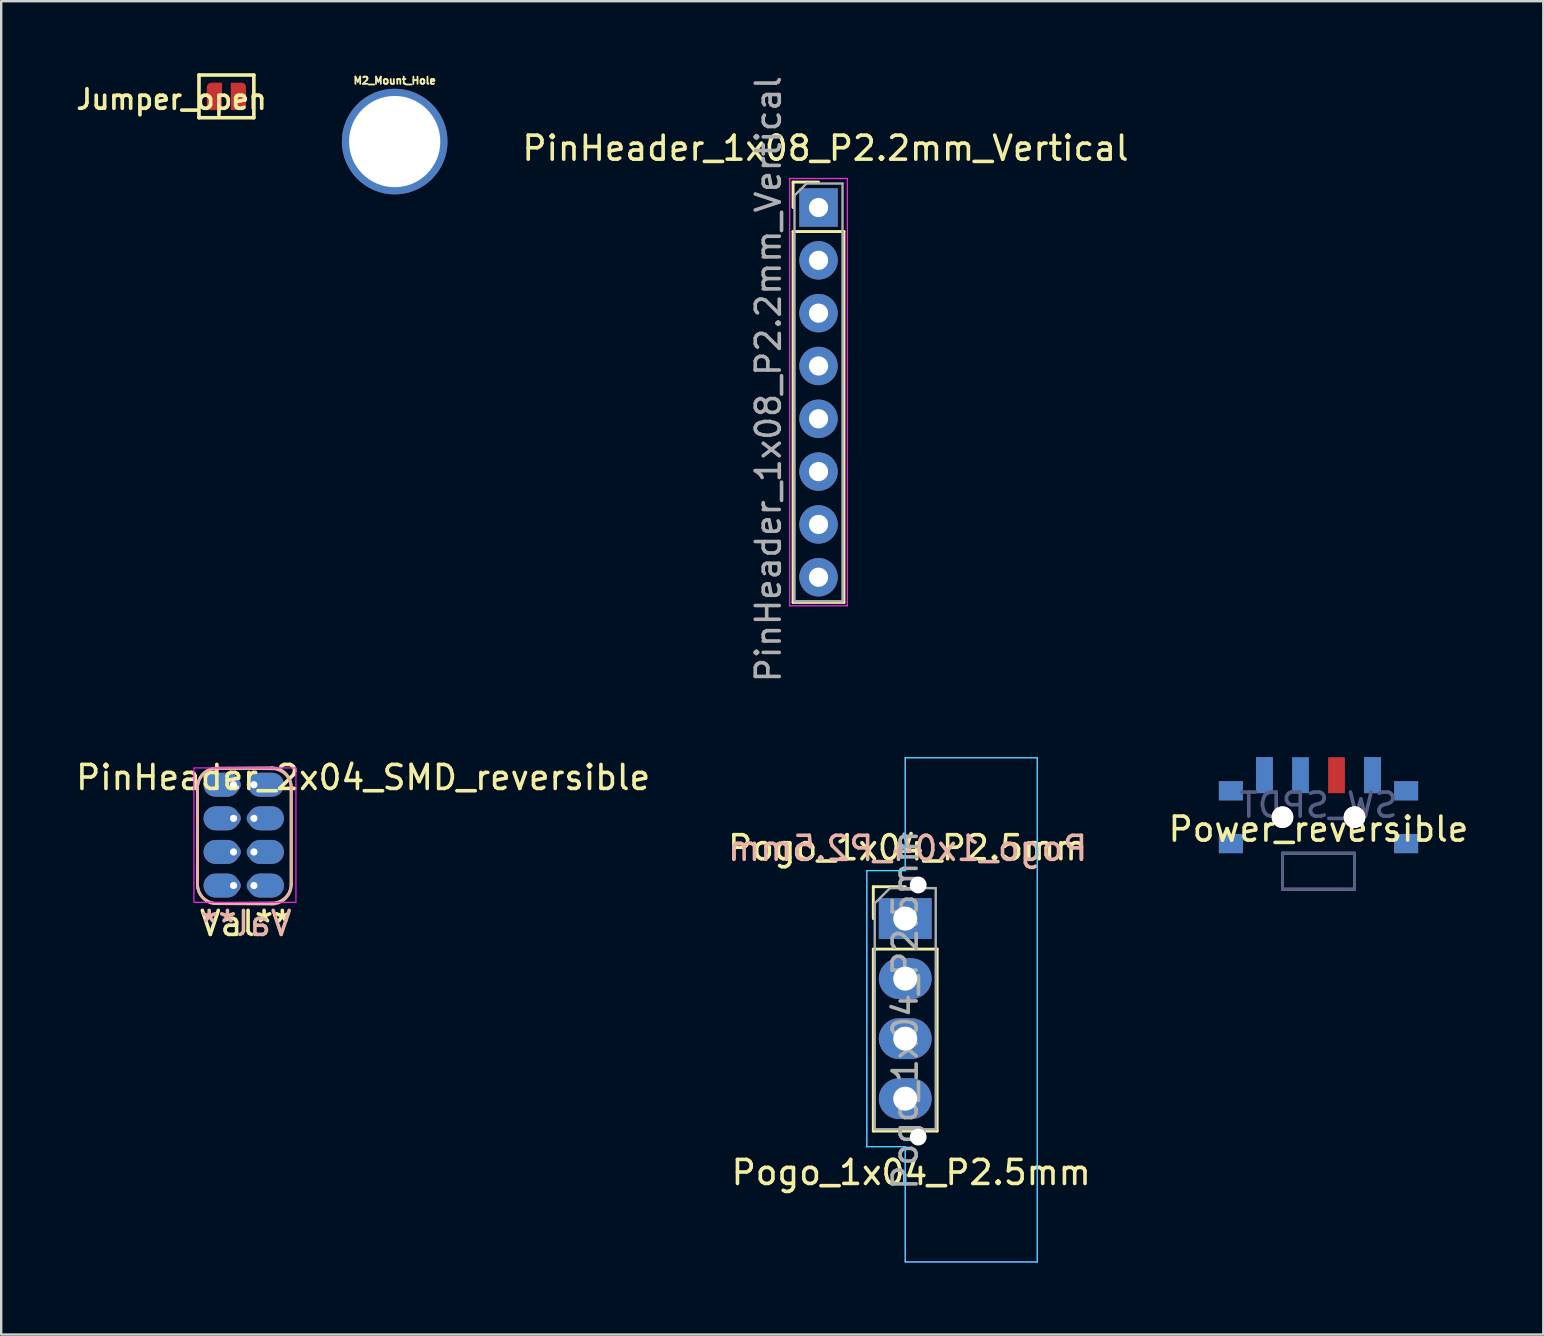
<source format=kicad_pcb>
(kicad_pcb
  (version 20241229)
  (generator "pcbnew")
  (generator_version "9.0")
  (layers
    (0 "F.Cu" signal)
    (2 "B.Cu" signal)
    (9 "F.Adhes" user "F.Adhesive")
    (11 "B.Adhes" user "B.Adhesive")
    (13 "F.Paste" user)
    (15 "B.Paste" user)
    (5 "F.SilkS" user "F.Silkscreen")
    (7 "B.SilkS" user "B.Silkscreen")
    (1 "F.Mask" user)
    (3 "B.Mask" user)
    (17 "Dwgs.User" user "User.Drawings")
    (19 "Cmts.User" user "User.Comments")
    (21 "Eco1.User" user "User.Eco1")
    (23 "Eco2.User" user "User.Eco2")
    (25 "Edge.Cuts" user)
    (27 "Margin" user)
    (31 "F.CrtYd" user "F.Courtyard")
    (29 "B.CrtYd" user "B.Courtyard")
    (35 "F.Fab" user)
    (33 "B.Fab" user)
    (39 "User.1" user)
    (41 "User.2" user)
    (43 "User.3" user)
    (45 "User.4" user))
  (footprint "Pogo_1x04_P2.5mm"
    (layer "F.Cu")
    (at 34.656 35.213)
    (property "Reference" "Pogo_1x04_P2.5mm" (at 0.25 10.575 0) (layer "F.SilkS") (effects (font (size 1 1) (thickness 0.15))))
    (property "Value" "Pogo_1x04_P2.5mm" (at 0 9.95 0) (layer "F.Fab") (hide yes) (effects (font (size 1 1) (thickness 0.15))))
    (attr through_hole)
    (fp_line (start -1.33 -1.33) (end 0 -1.33) (stroke (width 0.12) (type solid)) (layer "F.SilkS"))
    (fp_line (start -1.33 0) (end -1.33 -1.33) (stroke (width 0.12) (type solid)) (layer "F.SilkS"))
    (fp_line (start -1.33 1.27) (end -1.33 8.85) (stroke (width 0.12) (type solid)) (layer "F.SilkS"))
    (fp_line (start -1.33 1.27) (end 1.33 1.27) (stroke (width 0.12) (type solid)) (layer "F.SilkS"))
    (fp_line (start -1.33 8.85) (end 1.33 8.85) (stroke (width 0.12) (type solid)) (layer "F.SilkS"))
    (fp_line (start 1.33 1.27) (end 1.33 8.85) (stroke (width 0.12) (type solid)) (layer "F.SilkS"))
    (fp_line (start -1.6 -2) (end -1.6 9.5) (stroke (width 0.05) (type solid)) (layer "B.CrtYd"))
    (fp_line (start -1.6 9.5) (end 0 9.5) (stroke (width 0.05) (type solid)) (layer "B.CrtYd"))
    (fp_line (start 0 -6.7) (end 5.5 -6.7) (stroke (width 0.05) (type solid)) (layer "B.CrtYd"))
    (fp_line (start 0 -2) (end -1.6 -2) (stroke (width 0.05) (type solid)) (layer "B.CrtYd"))
    (fp_line (start 0 -2) (end 0 -6.7) (stroke (width 0.05) (type solid)) (layer "B.CrtYd"))
    (fp_line (start 0 14.3) (end 0 9.5) (stroke (width 0.05) (type solid)) (layer "B.CrtYd"))
    (fp_line (start 5.5 -6.7) (end 5.5 14.3) (stroke (width 0.05) (type solid)) (layer "B.CrtYd"))
    (fp_line (start 5.5 14.3) (end 0 14.3) (stroke (width 0.05) (type solid)) (layer "B.CrtYd"))
    (fp_line (start -1.6 -2) (end -1.6 9.5) (stroke (width 0.05) (type solid)) (layer "F.CrtYd"))
    (fp_line (start -1.6 9.5) (end 0 9.5) (stroke (width 0.05) (type solid)) (layer "F.CrtYd"))
    (fp_line (start 0 -6.7) (end 5.5 -6.7) (stroke (width 0.05) (type solid)) (layer "F.CrtYd"))
    (fp_line (start 0 -2) (end -1.6 -2) (stroke (width 0.05) (type solid)) (layer "F.CrtYd"))
    (fp_line (start 0 -2) (end 0 -6.7) (stroke (width 0.05) (type solid)) (layer "F.CrtYd"))
    (fp_line (start 0 14.3) (end 0 9.5) (stroke (width 0.05) (type solid)) (layer "F.CrtYd"))
    (fp_line (start 5.5 -6.7) (end 5.5 14.3) (stroke (width 0.05) (type solid)) (layer "F.CrtYd"))
    (fp_line (start 5.5 14.3) (end 0 14.3) (stroke (width 0.05) (type solid)) (layer "F.CrtYd"))
    (fp_line (start -1.27 -0.635) (end -0.635 -1.27) (stroke (width 0.1) (type solid)) (layer "F.Fab"))
    (fp_line (start -1.27 8.775) (end -1.27 -0.635) (stroke (width 0.1) (type solid)) (layer "F.Fab"))
    (fp_line (start -0.635 -1.27) (end 1.27 -1.27) (stroke (width 0.1) (type solid)) (layer "F.Fab"))
    (fp_line (start 1.27 -1.27) (end 1.27 8.775) (stroke (width 0.1) (type solid)) (layer "F.Fab"))
    (fp_line (start 1.27 8.775) (end -1.27 8.775) (stroke (width 0.1) (type solid)) (layer "F.Fab"))
    (fp_text user "${VALUE}" (at 0.1 -2.95 0) (layer "F.SilkS") (effects (font (size 1 1) (thickness 0.15))))
    (fp_text user "${VALUE}" (at 0.1 -2.925 0) (layer "B.SilkS") (effects (font (size 1 1) (thickness 0.15)) (justify mirror)))
    (fp_text user "${REFERENCE}" (at 0 3.81 90) (layer "F.Fab") (effects (font (size 1 1) (thickness 0.15))))
    (pad "" np_thru_hole circle (at 0.54 -1.4) (size 0.7 0.7) (drill 0.7) (layers "*.Cu" "*.Mask"))
    (pad "" np_thru_hole circle (at 0.54 9.1) (size 0.7 0.7) (drill 0.7) (layers "*.Cu" "*.Mask"))
    (pad "1" thru_hole rect (at 0 0) (size 2.2 1.7) (drill 1) (layers "*.Cu" "*.Mask"))
    (pad "2" thru_hole oval (at 0 2.5) (size 2.2 1.7) (drill 1) (layers "*.Cu" "*.Mask"))
    (pad "3" thru_hole oval (at 0 5) (size 2.2 1.7) (drill 1) (layers "*.Cu" "*.Mask"))
    (pad "4" thru_hole oval (at 0 7.5) (size 2.2 1.7) (drill 1) (layers "*.Cu" "*.Mask")))
  (footprint "M2_Mount_Hole"
    (layer "F.Cu")
    (at 13.39 2.847)
    (property "Reference" "M2_Mount_Hole" (at 0 -2.54 0) (layer "F.SilkS") (effects (font (size 0.3 0.3) (thickness 0.076))))
    (attr through_hole)
    (pad "" thru_hole circle (at 0 0 90) (size 4.4 4.4) (drill 3.8) (layers "*.Cu" "*.Mask")))
  (footprint "PinHeader_2x04_SMD_reversible"
    (layer "F.Cu")
    (at 7.077 31.886)
    (property "Reference" "PinHeader_2x04_SMD_reversible" (at 5 -2.55 180) (layer "F.SilkS") (effects (font (size 1 1) (thickness 0.15))))
    (attr exclude_from_pos_files)
    (fp_line (start -1.9 1.9) (end -1.9 -2.133) (stroke (width 0.12) (type solid)) (layer "F.SilkS"))
    (fp_line (start -1.1 -2.935) (end 1.2 -2.95) (stroke (width 0.12) (type solid)) (layer "F.SilkS"))
    (fp_line (start 1.202 2.685) (end -1.098 2.7) (stroke (width 0.12) (type solid)) (layer "F.SilkS"))
    (fp_line (start 2.002 1.883) (end 2.002 -2.15) (stroke (width 0.12) (type solid)) (layer "F.SilkS"))
    (fp_arc (start -1.899999 -2.133307) (mid -1.666237 -2.7) (end -1.1 -2.934867) (stroke (width 0.12) (type solid)) (layer "F.SilkS"))
    (fp_arc (start -1.09844 2.699999) (mid -1.665134 2.466237) (end -1.9 1.9) (stroke (width 0.12) (type solid)) (layer "F.SilkS"))
    (fp_arc (start 1.2 -2.95) (mid 1.766694 -2.716238) (end 2.00156 -2.150001) (stroke (width 0.12) (type solid)) (layer "F.SilkS"))
    (fp_arc (start 2.001559 1.883306) (mid 1.767797 2.45) (end 1.20156 2.684866) (stroke (width 0.12) (type solid)) (layer "F.SilkS"))
    (fp_line (start -1.9 1.9) (end -1.9 -2.133) (stroke (width 0.12) (type solid)) (layer "B.SilkS"))
    (fp_line (start -1.1 2.702) (end 1.2 2.717) (stroke (width 0.12) (type solid)) (layer "B.SilkS"))
    (fp_line (start 1.202 -2.918) (end -1.098 -2.933) (stroke (width 0.12) (type solid)) (layer "B.SilkS"))
    (fp_line (start 2.002 1.917) (end 2.002 -2.117) (stroke (width 0.12) (type solid)) (layer "B.SilkS"))
    (fp_arc (start -1.900001 -2.133307) (mid -1.665135 -2.699544) (end -1.098441 -2.933306) (stroke (width 0.12) (type solid)) (layer "B.SilkS"))
    (fp_arc (start -1.100001 2.70156) (mid -1.666238 2.466694) (end -1.9 1.9) (stroke (width 0.12) (type solid)) (layer "B.SilkS"))
    (fp_arc (start 1.201559 -2.918173) (mid 1.767795 -2.683306) (end 2.001558 -2.116613) (stroke (width 0.12) (type solid)) (layer "B.SilkS"))
    (fp_arc (start 2.001559 1.916694) (mid 1.766693 2.482931) (end 1.199999 2.716693) (stroke (width 0.12) (type solid)) (layer "B.SilkS"))
    (fp_rect (start -2.05 -2.95) (end 2.2 2.65) (stroke (width 0.05) (type solid)) (fill no) (layer "F.CrtYd"))
    (fp_text user "Val**" (at 0.11 3.53 0) (layer "F.SilkS") (effects (font (size 1 1) (thickness 0.15))))
    (fp_text user "Val**" (at 0.11 3.53 0) (layer "B.SilkS") (effects (font (size 1 1) (thickness 0.15)) (justify mirror)))
    (pad "1" smd custom (at -0.9 -2.25 90) (size 1 0.5) (layers "F.Cu" "F.Mask") (options (anchor rect)) (primitives (gr_circle (center 0 0.25) (end 0.5 0.25) (width 0) (fill yes)) (gr_circle (center 0 -0.25) (end 0.5 -0.25) (width 0) (fill yes))))
    (pad "1" smd custom (at -0.9 -2.25 270) (size 1 0.5) (layers "B.Cu" "B.Mask") (options (anchor rect)) (primitives (gr_circle (center 0 0.25) (end 0.5 0.25) (width 0) (fill yes)) (gr_circle (center 0 -0.25) (end 0.5 -0.25) (width 0) (fill yes))))
    (pad "1" thru_hole circle (at -0.4 -2.25 90) (size 0.6 0.6) (drill 0.3) (layers "*.Cu" "*.Mask"))
    (pad "2" smd custom (at -0.9 -0.85 90) (size 1 0.5) (layers "F.Cu" "F.Mask") (options (anchor rect)) (primitives (gr_circle (center 0 0.25) (end 0.5 0.25) (width 0) (fill yes)) (gr_circle (center 0 -0.25) (end 0.5 -0.25) (width 0) (fill yes))))
    (pad "2" smd custom (at -0.9 -0.85 270) (size 1 0.5) (layers "B.Cu" "B.Mask") (options (anchor rect)) (primitives (gr_circle (center 0 0.25) (end 0.5 0.25) (width 0) (fill yes)) (gr_circle (center 0 -0.25) (end 0.5 -0.25) (width 0) (fill yes))))
    (pad "2" thru_hole circle (at -0.4 -0.85 90) (size 0.6 0.6) (drill 0.3) (layers "*.Cu" "*.Mask"))
    (pad "3" smd custom (at -0.9 0.55 90) (size 1 0.5) (layers "F.Cu" "F.Mask") (options (anchor rect)) (primitives (gr_circle (center 0 0.25) (end 0.5 0.25) (width 0) (fill yes)) (gr_circle (center 0 -0.25) (end 0.5 -0.25) (width 0) (fill yes))))
    (pad "3" smd custom (at -0.9 0.55 270) (size 1 0.5) (layers "B.Cu" "B.Mask") (options (anchor rect)) (primitives (gr_circle (center 0 0.25) (end 0.5 0.25) (width 0) (fill yes)) (gr_circle (center 0 -0.25) (end 0.5 -0.25) (width 0) (fill yes))))
    (pad "3" thru_hole circle (at -0.4 0.55 90) (size 0.6 0.6) (drill 0.3) (layers "*.Cu" "*.Mask"))
    (pad "4" smd custom (at -0.9 1.95 90) (size 1 0.5) (layers "F.Cu" "F.Mask") (options (anchor rect)) (primitives (gr_circle (center 0 0.25) (end 0.5 0.25) (width 0) (fill yes)) (gr_circle (center 0 -0.25) (end 0.5 -0.25) (width 0) (fill yes))))
    (pad "4" smd custom (at -0.9 1.95 270) (size 1 0.5) (layers "B.Cu" "B.Mask") (options (anchor rect)) (primitives (gr_circle (center 0 0.25) (end 0.5 0.25) (width 0) (fill yes)) (gr_circle (center 0 -0.25) (end 0.5 -0.25) (width 0) (fill yes))))
    (pad "4" thru_hole circle (at -0.4 1.95 90) (size 0.6 0.6) (drill 0.3) (layers "*.Cu" "*.Mask"))
    (pad "5" thru_hole circle (at 0.45 -2.25 90) (size 0.6 0.6) (drill 0.3) (layers "*.Cu" "*.Mask"))
    (pad "5" smd custom (at 0.95 -2.25 90) (size 1 0.5) (layers "F.Cu" "F.Mask") (options (anchor rect)) (primitives (gr_circle (center 0 0.25) (end 0.5 0.25) (width 0) (fill yes)) (gr_circle (center 0 -0.25) (end 0.5 -0.25) (width 0) (fill yes))))
    (pad "5" smd custom (at 0.95 -2.25 270) (size 1 0.5) (layers "B.Cu" "B.Mask") (options (anchor rect)) (primitives (gr_circle (center 0 0.25) (end 0.5 0.25) (width 0) (fill yes)) (gr_circle (center 0 -0.25) (end 0.5 -0.25) (width 0) (fill yes))))
    (pad "6" thru_hole circle (at 0.45 -0.85 90) (size 0.6 0.6) (drill 0.3) (layers "*.Cu" "*.Mask"))
    (pad "6" smd custom (at 0.95 -0.85 90) (size 1 0.5) (layers "F.Cu" "F.Mask") (options (anchor rect)) (primitives (gr_circle (center 0 0.25) (end 0.5 0.25) (width 0) (fill yes)) (gr_circle (center 0 -0.25) (end 0.5 -0.25) (width 0) (fill yes))))
    (pad "6" smd custom (at 0.95 -0.85 270) (size 1 0.5) (layers "B.Cu" "B.Mask") (options (anchor rect)) (primitives (gr_circle (center 0 0.25) (end 0.5 0.25) (width 0) (fill yes)) (gr_circle (center 0 -0.25) (end 0.5 -0.25) (width 0) (fill yes))))
    (pad "7" thru_hole circle (at 0.45 0.55 90) (size 0.6 0.6) (drill 0.3) (layers "*.Cu" "*.Mask"))
    (pad "7" smd custom (at 0.95 0.55 90) (size 1 0.5) (layers "F.Cu" "F.Mask") (options (anchor rect)) (primitives (gr_circle (center 0 0.25) (end 0.5 0.25) (width 0) (fill yes)) (gr_circle (center 0 -0.25) (end 0.5 -0.25) (width 0) (fill yes))))
    (pad "7" smd custom (at 0.95 0.55 270) (size 1 0.5) (layers "B.Cu" "B.Mask") (options (anchor rect)) (primitives (gr_circle (center 0 0.25) (end 0.5 0.25) (width 0) (fill yes)) (gr_circle (center 0 -0.25) (end 0.5 -0.25) (width 0) (fill yes))))
    (pad "8" thru_hole circle (at 0.45 1.95 90) (size 0.6 0.6) (drill 0.3) (layers "*.Cu" "*.Mask"))
    (pad "8" smd custom (at 0.95 1.95 90) (size 1 0.5) (layers "F.Cu" "F.Mask") (options (anchor rect)) (primitives (gr_circle (center 0 0.25) (end 0.5 0.25) (width 0) (fill yes)) (gr_circle (center 0 -0.25) (end 0.5 -0.25) (width 0) (fill yes))))
    (pad "8" smd custom (at 0.95 1.95 270) (size 1 0.5) (layers "B.Cu" "B.Mask") (options (anchor rect)) (primitives (gr_circle (center 0 0.25) (end 0.5 0.25) (width 0) (fill yes)) (gr_circle (center 0 -0.25) (end 0.5 -0.25) (width 0) (fill yes)))))
  (footprint "PinHeader_1x08_P2.2mm_Vertical"
    (layer "F.Cu")
    (at 31.044 5.594)
    (property "Reference" "PinHeader_1x08_P2.2mm_Vertical" (at 0.29 -2.47 0) (layer "F.SilkS") (effects (font (size 1 1) (thickness 0.15))))
    (attr through_hole)
    (fp_line (start -1.06 -1.06) (end 0 -1.06) (stroke (width 0.12) (type solid)) (layer "F.SilkS"))
    (fp_line (start -1.06 0) (end -1.06 -1.06) (stroke (width 0.12) (type solid)) (layer "F.SilkS"))
    (fp_line (start -1.06 1) (end -1.06 16.45) (stroke (width 0.12) (type solid)) (layer "F.SilkS"))
    (fp_line (start -1.06 1) (end 1.06 1) (stroke (width 0.12) (type solid)) (layer "F.SilkS"))
    (fp_line (start -1.06 16.45) (end 1.06 16.45) (stroke (width 0.12) (type solid)) (layer "F.SilkS"))
    (fp_line (start 1.06 1) (end 1.06 16.45) (stroke (width 0.12) (type solid)) (layer "F.SilkS"))
    (fp_line (start -1.2 -1.21) (end -1.2 16.59) (stroke (width 0.05) (type solid)) (layer "F.CrtYd"))
    (fp_line (start -1.2 16.59) (end 1.2 16.59) (stroke (width 0.05) (type solid)) (layer "F.CrtYd"))
    (fp_line (start 1.2 -1.21) (end -1.2 -1.21) (stroke (width 0.05) (type solid)) (layer "F.CrtYd"))
    (fp_line (start 1.2 16.59) (end 1.2 -1.21) (stroke (width 0.05) (type solid)) (layer "F.CrtYd"))
    (fp_line (start -1 -0.5) (end -0.5 -1) (stroke (width 0.1) (type solid)) (layer "F.Fab"))
    (fp_line (start -1 16.4) (end -1 -0.45) (stroke (width 0.1) (type solid)) (layer "F.Fab"))
    (fp_line (start -0.5 -1) (end 1 -1) (stroke (width 0.1) (type solid)) (layer "F.Fab"))
    (fp_line (start 1 -1) (end 1 16.4) (stroke (width 0.1) (type solid)) (layer "F.Fab"))
    (fp_line (start 1 16.4) (end -1 16.4) (stroke (width 0.1) (type solid)) (layer "F.Fab"))
    (fp_text user "${REFERENCE}" (at -2.09 7.15 90) (layer "F.Fab") (effects (font (size 1 1) (thickness 0.15))))
    (pad "1" thru_hole rect (at 0 0) (size 1.6 1.6) (drill 0.8) (layers "*.Cu" "*.Mask"))
    (pad "2" thru_hole oval (at 0 2.2) (size 1.6 1.6) (drill 0.8) (layers "*.Cu" "*.Mask"))
    (pad "3" thru_hole oval (at 0 4.4) (size 1.6 1.6) (drill 0.8) (layers "*.Cu" "*.Mask"))
    (pad "4" thru_hole oval (at 0 6.6) (size 1.6 1.6) (drill 0.8) (layers "*.Cu" "*.Mask"))
    (pad "5" thru_hole oval (at 0 8.8) (size 1.6 1.6) (drill 0.8) (layers "*.Cu" "*.Mask"))
    (pad "6" thru_hole oval (at 0 11) (size 1.6 1.6) (drill 0.8) (layers "*.Cu" "*.Mask"))
    (pad "7" thru_hole oval (at 0 13.2) (size 1.6 1.6) (drill 0.8) (layers "*.Cu" "*.Mask"))
    (pad "8" thru_hole oval (at 0 15.4) (size 1.6 1.6) (drill 0.8) (layers "*.Cu" "*.Mask")))
  (footprint "Jumper_open"
    (layer "F.Cu")
    (at 6.381 0.964)
    (property "Reference" "Jumper_open" (at -2.286 0.127 0) (layer "F.SilkS") (effects (font (size 0.813 0.813) (thickness 0.152))))
    (attr smd)
    (fp_line (start -1.143 -0.889) (end 1.143 -0.889) (stroke (width 0.15) (type solid)) (layer "F.SilkS"))
    (fp_line (start -1.143 0.889) (end -1.143 -0.889) (stroke (width 0.15) (type solid)) (layer "F.SilkS"))
    (fp_line (start 1.143 -0.889) (end 1.143 0.889) (stroke (width 0.15) (type solid)) (layer "F.SilkS"))
    (fp_line (start 1.143 0.889) (end -1.143 0.889) (stroke (width 0.15) (type solid)) (layer "F.SilkS"))
    (pad "1" smd roundrect (at -0.5 0) (size 0.635 1.143) (layers "F.Cu" "F.Mask" "F.Paste") (roundrect_rratio 0.3) (chamfer_ratio 0) (chamfer top_right bottom_right))
    (pad "2" smd roundrect (at 0.5 0) (size 0.635 1.143) (layers "F.Cu" "F.Mask" "F.Paste") (roundrect_rratio 0.3) (chamfer_ratio 0) (chamfer top_left bottom_left)))
  (footprint "Power_reversible"
    (layer "F.Cu")
    (at 51.87 30.988)
    (property "Reference" "Power_reversible" (at 0 0.5 180) (layer "F.SilkS") (effects (font (size 1 1) (thickness 0.15))))
    (fp_poly (pts (xy -4.1 -0.75) (xy -4.1 -1.45) (xy -3.2 -1.45) (xy -3.2 -0.75)) (stroke (width 0.1) (type solid)) (fill yes) (layer "F.Mask"))
    (fp_poly (pts (xy -4.1 1.45) (xy -4.1 0.75) (xy -3.2 0.75) (xy -3.2 1.45)) (stroke (width 0.1) (type solid)) (fill yes) (layer "F.Mask"))
    (fp_poly (pts (xy -2.55 -1.05) (xy -2.55 -2.45) (xy -1.95 -2.45) (xy -1.95 -1.05)) (stroke (width 0.1) (type solid)) (fill yes) (layer "F.Mask"))
    (fp_poly (pts (xy 0.45 -1.05) (xy 0.45 -2.45) (xy 1.05 -2.45) (xy 1.05 -1.05)) (stroke (width 0.1) (type solid)) (fill yes) (layer "F.Mask"))
    (fp_poly (pts (xy 1.95 -1.05) (xy 1.95 -2.45) (xy 2.55 -2.45) (xy 2.55 -1.05)) (stroke (width 0.1) (type solid)) (fill yes) (layer "F.Mask"))
    (fp_poly (pts (xy 3.2 -0.75) (xy 3.2 -1.45) (xy 4.1 -1.45) (xy 4.1 -0.75)) (stroke (width 0.1) (type solid)) (fill yes) (layer "F.Mask"))
    (fp_poly (pts (xy 3.2 1.45) (xy 3.2 0.75) (xy 4.1 0.75) (xy 4.1 1.45)) (stroke (width 0.1) (type solid)) (fill yes) (layer "F.Mask"))
    (fp_poly (pts (xy -3.2 -0.75) (xy -3.2 -1.45) (xy -4.1 -1.45) (xy -4.1 -0.75)) (stroke (width 0.1) (type solid)) (fill yes) (layer "B.Mask"))
    (fp_poly (pts (xy -3.2 1.45) (xy -3.2 0.75) (xy -4.1 0.75) (xy -4.1 1.45)) (stroke (width 0.1) (type solid)) (fill yes) (layer "B.Mask"))
    (fp_poly (pts (xy -1.95 -1.05) (xy -1.95 -2.45) (xy -2.55 -2.45) (xy -2.55 -1.05)) (stroke (width 0.1) (type solid)) (fill yes) (layer "B.Mask"))
    (fp_poly (pts (xy -0.45 -1.05) (xy -0.45 -2.45) (xy -1.05 -2.45) (xy -1.05 -1.05)) (stroke (width 0.1) (type solid)) (fill yes) (layer "B.Mask"))
    (fp_poly (pts (xy 2.55 -1.05) (xy 2.55 -2.45) (xy 1.95 -2.45) (xy 1.95 -1.05)) (stroke (width 0.1) (type solid)) (fill yes) (layer "B.Mask"))
    (fp_poly (pts (xy 4.1 -0.75) (xy 4.1 -1.45) (xy 3.2 -1.45) (xy 3.2 -0.75)) (stroke (width 0.1) (type solid)) (fill yes) (layer "B.Mask"))
    (fp_poly (pts (xy 4.1 1.45) (xy 4.1 0.75) (xy 3.2 0.75) (xy 3.2 1.45)) (stroke (width 0.1) (type solid)) (fill yes) (layer "B.Mask"))
    (fp_line (start -1.5 1.5) (end 1.5 1.5) (stroke (width 0.12) (type solid)) (layer "B.Fab"))
    (fp_line (start -1.5 3) (end -1.5 1.5) (stroke (width 0.12) (type solid)) (layer "B.Fab"))
    (fp_line (start 1.5 1.5) (end 1.5 3) (stroke (width 0.12) (type solid)) (layer "B.Fab"))
    (fp_line (start 1.5 3) (end -1.5 3) (stroke (width 0.12) (type solid)) (layer "B.Fab"))
    (fp_line (start -1.5 1.5) (end -1.5 3) (stroke (width 0.12) (type solid)) (layer "F.Fab"))
    (fp_line (start -1.5 3) (end 1.5 3) (stroke (width 0.12) (type solid)) (layer "F.Fab"))
    (fp_line (start 1.5 1.5) (end -1.5 1.5) (stroke (width 0.12) (type solid)) (layer "F.Fab"))
    (fp_line (start 1.5 3) (end 1.5 1.5) (stroke (width 0.12) (type solid)) (layer "F.Fab"))
    (fp_text user "SW_SPDT" (at 0 -0.5 180) (layer "B.Fab") (effects (font (size 1 1) (thickness 0.15)) (justify mirror)))
    (pad "" smd rect (at -3.65 -1.1) (size 1 0.8) (layers "F.Cu"))
    (pad "" smd rect (at -3.65 -1.1 180) (size 1 0.8) (layers "B.Cu"))
    (pad "" smd rect (at -3.65 1.1) (size 1 0.8) (layers "F.Cu"))
    (pad "" smd rect (at -3.65 1.1 180) (size 1 0.8) (layers "B.Cu"))
    (pad "" np_thru_hole circle (at -1.5 0) (size 0.9 0.9) (drill 0.9) (layers "*.Cu" "*.Mask"))
    (pad "" np_thru_hole circle (at -1.5 0 180) (size 0.9 0.9) (drill 0.9) (layers "*.Cu" "*.Mask"))
    (pad "" np_thru_hole circle (at 1.5 0 180) (size 0.9 0.9) (drill 0.9) (layers "*.Cu" "*.Mask"))
    (pad "" np_thru_hole circle (at 1.5 0) (size 0.9 0.9) (drill 0.9) (layers "*.Cu" "*.Mask"))
    (pad "" smd rect (at 3.65 -1.1) (size 1 0.8) (layers "F.Cu"))
    (pad "" smd rect (at 3.65 -1.1 180) (size 1 0.8) (layers "B.Cu"))
    (pad "" smd rect (at 3.65 1.1) (size 1 0.8) (layers "F.Cu"))
    (pad "" smd rect (at 3.65 1.1 180) (size 1 0.8) (layers "B.Cu"))
    (pad "1" smd rect (at -2.25 -1.75) (size 0.7 1.5) (layers "F.Cu"))
    (pad "1" smd rect (at 2.25 -1.75 180) (size 0.7 1.5) (layers "B.Cu"))
    (pad "2" smd rect (at -0.75 -1.75 180) (size 0.7 1.5) (layers "B.Cu"))
    (pad "2" smd rect (at 0.75 -1.75) (size 0.7 1.5) (layers "F.Cu"))
    (pad "3" smd rect (at -2.25 -1.75 180) (size 0.7 1.5) (layers "B.Cu"))
    (pad "3" smd rect (at 2.25 -1.75) (size 0.7 1.5) (layers "F.Cu")))
  (gr_rect
    (start -3 -3)
    (end 61.233 52.538)
    (stroke (width 0.1) (type default))
    (fill no)
    (layer "Edge.Cuts")))
</source>
